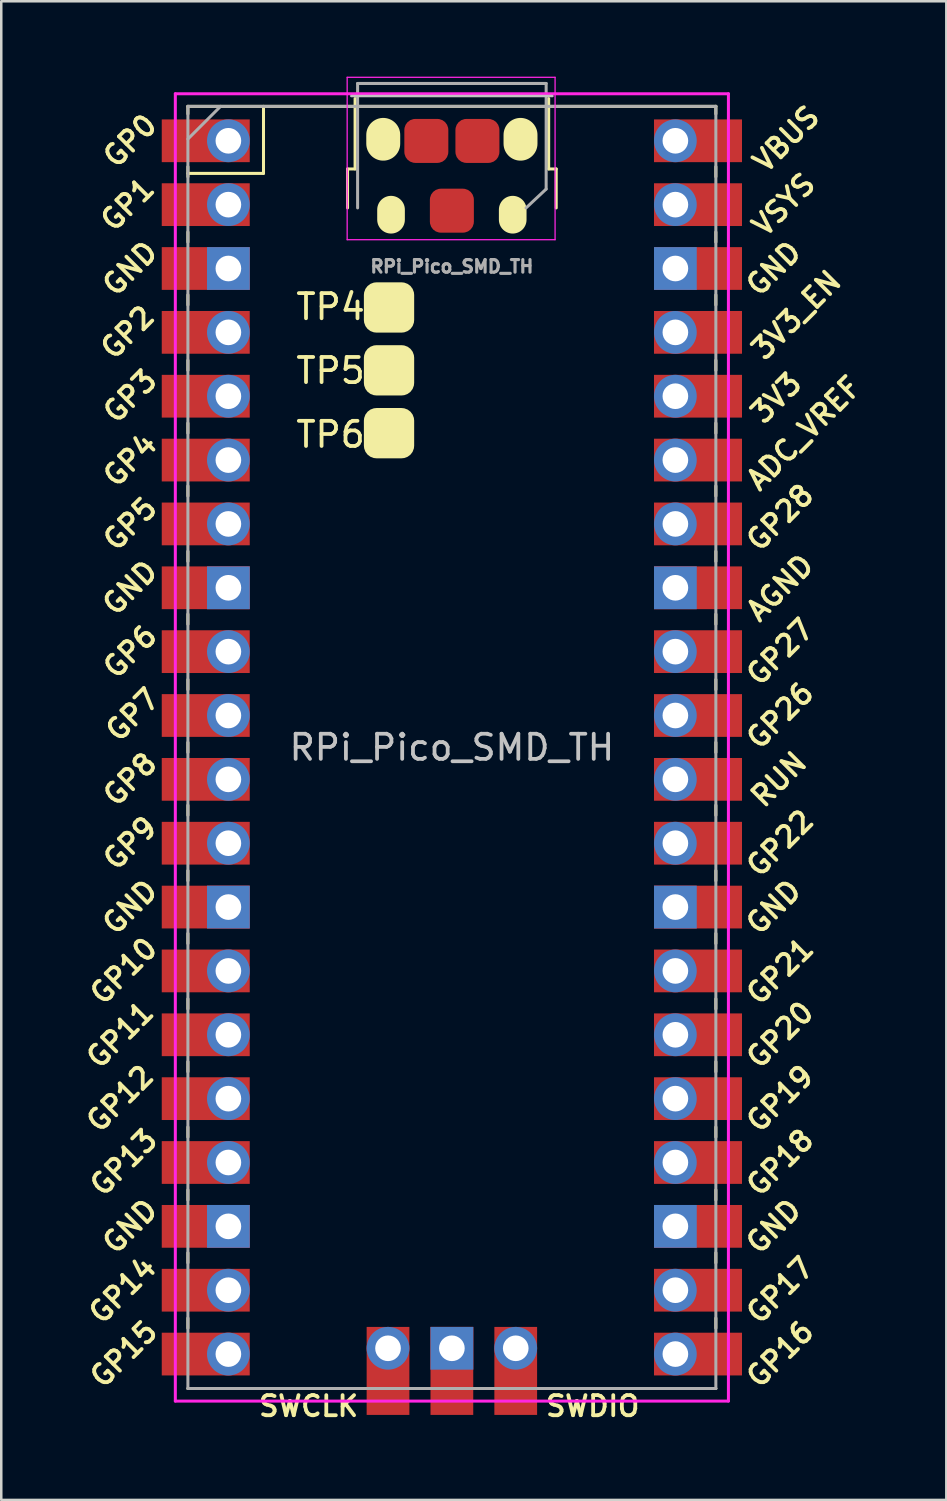
<source format=kicad_pcb>
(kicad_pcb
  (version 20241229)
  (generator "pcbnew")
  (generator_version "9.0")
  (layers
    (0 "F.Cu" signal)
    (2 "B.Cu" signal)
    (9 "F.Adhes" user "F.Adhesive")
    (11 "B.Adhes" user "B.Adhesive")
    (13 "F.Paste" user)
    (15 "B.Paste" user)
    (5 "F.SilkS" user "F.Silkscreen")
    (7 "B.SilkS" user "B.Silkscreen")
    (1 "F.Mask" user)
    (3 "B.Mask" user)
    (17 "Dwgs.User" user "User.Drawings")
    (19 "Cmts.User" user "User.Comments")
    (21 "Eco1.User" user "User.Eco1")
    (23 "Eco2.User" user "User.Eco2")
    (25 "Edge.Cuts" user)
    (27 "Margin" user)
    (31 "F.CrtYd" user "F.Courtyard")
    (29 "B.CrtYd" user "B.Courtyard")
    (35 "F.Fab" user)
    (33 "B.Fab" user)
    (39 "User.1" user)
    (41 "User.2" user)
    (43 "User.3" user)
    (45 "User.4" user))
  (footprint "RPi_Pico_SMD_TH"
    (layer "F.Cu")
    (at 14.924 26.68)
    (property "Reference" "RPi_Pico_SMD_TH" (at 0 0 0) (layer "Dwgs.User") (effects (font (size 1 1) (thickness 0.15))))
    (attr through_hole)
    (fp_line (start -10.5 -25.5) (end -10.5 -25.2) (stroke (width 0.12) (type solid)) (layer "F.SilkS"))
    (fp_line (start -10.5 -25.5) (end 10.5 -25.5) (stroke (width 0.12) (type solid)) (layer "F.SilkS"))
    (fp_line (start -10.5 -23.1) (end -10.5 -22.7) (stroke (width 0.12) (type solid)) (layer "F.SilkS"))
    (fp_line (start -10.5 -22.833) (end -7.493 -22.833) (stroke (width 0.12) (type solid)) (layer "F.SilkS"))
    (fp_line (start -10.5 -20.5) (end -10.5 -20.1) (stroke (width 0.12) (type solid)) (layer "F.SilkS"))
    (fp_line (start -10.5 -18) (end -10.5 -17.6) (stroke (width 0.12) (type solid)) (layer "F.SilkS"))
    (fp_line (start -10.5 -15.4) (end -10.5 -15) (stroke (width 0.12) (type solid)) (layer "F.SilkS"))
    (fp_line (start -10.5 -12.9) (end -10.5 -12.5) (stroke (width 0.12) (type solid)) (layer "F.SilkS"))
    (fp_line (start -10.5 -10.4) (end -10.5 -10) (stroke (width 0.12) (type solid)) (layer "F.SilkS"))
    (fp_line (start -10.5 -7.8) (end -10.5 -7.4) (stroke (width 0.12) (type solid)) (layer "F.SilkS"))
    (fp_line (start -10.5 -5.3) (end -10.5 -4.9) (stroke (width 0.12) (type solid)) (layer "F.SilkS"))
    (fp_line (start -10.5 -2.7) (end -10.5 -2.3) (stroke (width 0.12) (type solid)) (layer "F.SilkS"))
    (fp_line (start -10.5 -0.2) (end -10.5 0.2) (stroke (width 0.12) (type solid)) (layer "F.SilkS"))
    (fp_line (start -10.5 2.3) (end -10.5 2.7) (stroke (width 0.12) (type solid)) (layer "F.SilkS"))
    (fp_line (start -10.5 4.9) (end -10.5 5.3) (stroke (width 0.12) (type solid)) (layer "F.SilkS"))
    (fp_line (start -10.5 7.4) (end -10.5 7.8) (stroke (width 0.12) (type solid)) (layer "F.SilkS"))
    (fp_line (start -10.5 10) (end -10.5 10.4) (stroke (width 0.12) (type solid)) (layer "F.SilkS"))
    (fp_line (start -10.5 12.5) (end -10.5 12.9) (stroke (width 0.12) (type solid)) (layer "F.SilkS"))
    (fp_line (start -10.5 15.1) (end -10.5 15.5) (stroke (width 0.12) (type solid)) (layer "F.SilkS"))
    (fp_line (start -10.5 17.6) (end -10.5 18) (stroke (width 0.12) (type solid)) (layer "F.SilkS"))
    (fp_line (start -10.5 20.1) (end -10.5 20.5) (stroke (width 0.12) (type solid)) (layer "F.SilkS"))
    (fp_line (start -10.5 22.7) (end -10.5 23.1) (stroke (width 0.12) (type solid)) (layer "F.SilkS"))
    (fp_line (start -7.493 -22.833) (end -7.493 -25.5) (stroke (width 0.12) (type solid)) (layer "F.SilkS"))
    (fp_line (start -4.15 -23.01) (end -4.15 -21.46) (stroke (width 0.12) (type solid)) (layer "F.SilkS"))
    (fp_line (start -3.85 -25.81) (end -3.85 -23.01) (stroke (width 0.12) (type solid)) (layer "F.SilkS"))
    (fp_line (start -3.85 -23.01) (end -4.15 -23.01) (stroke (width 0.12) (type solid)) (layer "F.SilkS"))
    (fp_line (start -3.7 25.5) (end -10.5 25.5) (stroke (width 0.12) (type solid)) (layer "F.SilkS"))
    (fp_line (start -1.5 25.5) (end -1.1 25.5) (stroke (width 0.12) (type solid)) (layer "F.SilkS"))
    (fp_line (start 1.1 25.5) (end 1.5 25.5) (stroke (width 0.12) (type solid)) (layer "F.SilkS"))
    (fp_line (start 3.85 -25.81) (end 3.85 -23.01) (stroke (width 0.12) (type solid)) (layer "F.SilkS"))
    (fp_line (start 4.15 -23.01) (end 3.85 -23.01) (stroke (width 0.12) (type solid)) (layer "F.SilkS"))
    (fp_line (start 4.15 -23.01) (end 4.15 -21.46) (stroke (width 0.12) (type solid)) (layer "F.SilkS"))
    (fp_line (start 10.5 -25.5) (end 10.5 -25.2) (stroke (width 0.12) (type solid)) (layer "F.SilkS"))
    (fp_line (start 10.5 -23.1) (end 10.5 -22.7) (stroke (width 0.12) (type solid)) (layer "F.SilkS"))
    (fp_line (start 10.5 -20.5) (end 10.5 -20.1) (stroke (width 0.12) (type solid)) (layer "F.SilkS"))
    (fp_line (start 10.5 -18) (end 10.5 -17.6) (stroke (width 0.12) (type solid)) (layer "F.SilkS"))
    (fp_line (start 10.5 -15.4) (end 10.5 -15) (stroke (width 0.12) (type solid)) (layer "F.SilkS"))
    (fp_line (start 10.5 -12.9) (end 10.5 -12.5) (stroke (width 0.12) (type solid)) (layer "F.SilkS"))
    (fp_line (start 10.5 -10.4) (end 10.5 -10) (stroke (width 0.12) (type solid)) (layer "F.SilkS"))
    (fp_line (start 10.5 -7.8) (end 10.5 -7.4) (stroke (width 0.12) (type solid)) (layer "F.SilkS"))
    (fp_line (start 10.5 -5.3) (end 10.5 -4.9) (stroke (width 0.12) (type solid)) (layer "F.SilkS"))
    (fp_line (start 10.5 -2.7) (end 10.5 -2.3) (stroke (width 0.12) (type solid)) (layer "F.SilkS"))
    (fp_line (start 10.5 -0.2) (end 10.5 0.2) (stroke (width 0.12) (type solid)) (layer "F.SilkS"))
    (fp_line (start 10.5 2.3) (end 10.5 2.7) (stroke (width 0.12) (type solid)) (layer "F.SilkS"))
    (fp_line (start 10.5 4.9) (end 10.5 5.3) (stroke (width 0.12) (type solid)) (layer "F.SilkS"))
    (fp_line (start 10.5 7.4) (end 10.5 7.8) (stroke (width 0.12) (type solid)) (layer "F.SilkS"))
    (fp_line (start 10.5 10) (end 10.5 10.4) (stroke (width 0.12) (type solid)) (layer "F.SilkS"))
    (fp_line (start 10.5 12.5) (end 10.5 12.9) (stroke (width 0.12) (type solid)) (layer "F.SilkS"))
    (fp_line (start 10.5 15.1) (end 10.5 15.5) (stroke (width 0.12) (type solid)) (layer "F.SilkS"))
    (fp_line (start 10.5 17.6) (end 10.5 18) (stroke (width 0.12) (type solid)) (layer "F.SilkS"))
    (fp_line (start 10.5 20.1) (end 10.5 20.5) (stroke (width 0.12) (type solid)) (layer "F.SilkS"))
    (fp_line (start 10.5 22.7) (end 10.5 23.1) (stroke (width 0.12) (type solid)) (layer "F.SilkS"))
    (fp_line (start 10.5 25.5) (end 3.7 25.5) (stroke (width 0.12) (type solid)) (layer "F.SilkS"))
    (fp_line (start 4 -25.91) (end -4 -25.91) (stroke (width 0.1) (type solid)) (layer "Dwgs.User"))
    (fp_line (start -11 -26) (end 11 -26) (stroke (width 0.12) (type solid)) (layer "F.CrtYd"))
    (fp_line (start -11 26) (end -11 -26) (stroke (width 0.12) (type solid)) (layer "F.CrtYd"))
    (fp_line (start -4.165 -26.655) (end -4.165 -20.195) (stroke (width 0.05) (type solid)) (layer "F.CrtYd"))
    (fp_line (start -4.165 -26.655) (end 4.105 -26.655) (stroke (width 0.05) (type solid)) (layer "F.CrtYd"))
    (fp_line (start 4.105 -20.195) (end -4.165 -20.195) (stroke (width 0.05) (type solid)) (layer "F.CrtYd"))
    (fp_line (start 4.105 -20.195) (end 4.105 -26.655) (stroke (width 0.05) (type solid)) (layer "F.CrtYd"))
    (fp_line (start 11 -26) (end 11 26) (stroke (width 0.12) (type solid)) (layer "F.CrtYd"))
    (fp_line (start 11 26) (end -11 26) (stroke (width 0.12) (type solid)) (layer "F.CrtYd"))
    (fp_line (start -10.5 -25.5) (end 10.5 -25.5) (stroke (width 0.12) (type solid)) (layer "F.Fab"))
    (fp_line (start -10.5 -24.2) (end -9.2 -25.5) (stroke (width 0.12) (type solid)) (layer "F.Fab"))
    (fp_line (start -10.5 25.5) (end -10.5 -25.5) (stroke (width 0.12) (type solid)) (layer "F.Fab"))
    (fp_line (start -3.75 -26.41) (end 3.75 -26.41) (stroke (width 0.12) (type solid)) (layer "F.Fab"))
    (fp_line (start -3.75 -21.46) (end -3.75 -26.41) (stroke (width 0.12) (type solid)) (layer "F.Fab"))
    (fp_line (start 3.75 -26.41) (end 3.75 -22.21) (stroke (width 0.12) (type solid)) (layer "F.Fab"))
    (fp_line (start 3.75 -22.21) (end 2.95 -21.46) (stroke (width 0.12) (type solid)) (layer "F.Fab"))
    (fp_line (start 10.5 -25.5) (end 10.5 25.5) (stroke (width 0.12) (type solid)) (layer "F.Fab"))
    (fp_line (start 10.5 25.5) (end -10.5 25.5) (stroke (width 0.12) (type solid)) (layer "F.Fab"))
    (fp_text user "GP2" (at -12.9 -16.51 45) (layer "F.SilkS") (effects (font (size 0.8 0.8) (thickness 0.15))))
    (fp_text user "GND" (at -12.8 -6.35 45) (layer "F.SilkS") (effects (font (size 0.8 0.8) (thickness 0.15))))
    (fp_text user "GND" (at -12.8 -19.05 45) (layer "F.SilkS") (effects (font (size 0.8 0.8) (thickness 0.15))))
    (fp_text user "SWDIO" (at 5.6 26.2 0) (layer "F.SilkS") (effects (font (size 0.8 0.8) (thickness 0.15))))
    (fp_text user "GND" (at 12.8 6.35 45) (layer "F.SilkS") (effects (font (size 0.8 0.8) (thickness 0.15))))
    (fp_text user "GP13" (at -13.054 16.51 45) (layer "F.SilkS") (effects (font (size 0.8 0.8) (thickness 0.15))))
    (fp_text user "GP15" (at -13.054 24.13 45) (layer "F.SilkS") (effects (font (size 0.8 0.8) (thickness 0.15))))
    (fp_text user "GP1" (at -12.9 -21.6 45) (layer "F.SilkS") (effects (font (size 0.8 0.8) (thickness 0.15))))
    (fp_text user "GND" (at -12.8 19.05 45) (layer "F.SilkS") (effects (font (size 0.8 0.8) (thickness 0.15))))
    (fp_text user "GP9" (at -12.8 3.81 45) (layer "F.SilkS") (effects (font (size 0.8 0.8) (thickness 0.15))))
    (fp_text user "GP16" (at 13.054 24.13 45) (layer "F.SilkS") (effects (font (size 0.8 0.8) (thickness 0.15))))
    (fp_text user "RUN" (at 13 1.27 45) (layer "F.SilkS") (effects (font (size 0.8 0.8) (thickness 0.15))))
    (fp_text user "GP28" (at 13.054 -9.144 45) (layer "F.SilkS") (effects (font (size 0.8 0.8) (thickness 0.15))))
    (fp_text user "GP26" (at 13.054 -1.27 45) (layer "F.SilkS") (effects (font (size 0.8 0.8) (thickness 0.15))))
    (fp_text user "TP4" (at -4.826 -17.526 0) (layer "F.SilkS") (effects (font (size 1 1) (thickness 0.15))))
    (fp_text user "SWCLK" (at -5.7 26.2 0) (layer "F.SilkS") (effects (font (size 0.8 0.8) (thickness 0.15))))
    (fp_text user "GP11" (at -13.2 11.43 45) (layer "F.SilkS") (effects (font (size 0.8 0.8) (thickness 0.15))))
    (fp_text user "GP18" (at 13.054 16.51 45) (layer "F.SilkS") (effects (font (size 0.8 0.8) (thickness 0.15))))
    (fp_text user "GP3" (at -12.8 -13.97 45) (layer "F.SilkS") (effects (font (size 0.8 0.8) (thickness 0.15))))
    (fp_text user "GP8" (at -12.8 1.27 45) (layer "F.SilkS") (effects (font (size 0.8 0.8) (thickness 0.15))))
    (fp_text user "GP10" (at -13.054 8.89 45) (layer "F.SilkS") (effects (font (size 0.8 0.8) (thickness 0.15))))
    (fp_text user "TP5" (at -4.826 -14.986 0) (layer "F.SilkS") (effects (font (size 1 1) (thickness 0.15))))
    (fp_text user "GP6" (at -12.8 -3.81 45) (layer "F.SilkS") (effects (font (size 0.8 0.8) (thickness 0.15))))
    (fp_text user "GP5" (at -12.8 -8.89 45) (layer "F.SilkS") (effects (font (size 0.8 0.8) (thickness 0.15))))
    (fp_text user "3V3" (at 12.9 -13.9 45) (layer "F.SilkS") (effects (font (size 0.8 0.8) (thickness 0.15))))
    (fp_text user "AGND" (at 13.054 -6.35 45) (layer "F.SilkS") (effects (font (size 0.8 0.8) (thickness 0.15))))
    (fp_text user "GP7" (at -12.7 -1.3 45) (layer "F.SilkS") (effects (font (size 0.8 0.8) (thickness 0.15))))
    (fp_text user "GP20" (at 13.054 11.43 45) (layer "F.SilkS") (effects (font (size 0.8 0.8) (thickness 0.15))))
    (fp_text user "VSYS" (at 13.2 -21.59 45) (layer "F.SilkS") (effects (font (size 0.8 0.8) (thickness 0.15))))
    (fp_text user "GP4" (at -12.8 -11.43 45) (layer "F.SilkS") (effects (font (size 0.8 0.8) (thickness 0.15))))
    (fp_text user "GP12" (at -13.2 13.97 45) (layer "F.SilkS") (effects (font (size 0.8 0.8) (thickness 0.15))))
    (fp_text user "GP19" (at 13.054 13.97 45) (layer "F.SilkS") (effects (font (size 0.8 0.8) (thickness 0.15))))
    (fp_text user "GND" (at 12.8 -19.05 45) (layer "F.SilkS") (effects (font (size 0.8 0.8) (thickness 0.15))))
    (fp_text user "3V3_EN" (at 13.7 -17.2 45) (layer "F.SilkS") (effects (font (size 0.8 0.8) (thickness 0.15))))
    (fp_text user "GP27" (at 13.054 -3.8 45) (layer "F.SilkS") (effects (font (size 0.8 0.8) (thickness 0.15))))
    (fp_text user "TP6" (at -4.826 -12.446 0) (layer "F.SilkS") (effects (font (size 1 1) (thickness 0.15))))
    (fp_text user "GP0" (at -12.8 -24.13 45) (layer "F.SilkS") (effects (font (size 0.8 0.8) (thickness 0.15))))
    (fp_text user "GP22" (at 13.054 3.81 45) (layer "F.SilkS") (effects (font (size 0.8 0.8) (thickness 0.15))))
    (fp_text user "ADC_VREF" (at 14 -12.5 45) (layer "F.SilkS") (effects (font (size 0.8 0.8) (thickness 0.15))))
    (fp_text user "GND" (at -12.8 6.35 45) (layer "F.SilkS") (effects (font (size 0.8 0.8) (thickness 0.15))))
    (fp_text user "GND" (at 12.8 19.05 45) (layer "F.SilkS") (effects (font (size 0.8 0.8) (thickness 0.15))))
    (fp_text user "GP14" (at -13.1 21.59 45) (layer "F.SilkS") (effects (font (size 0.8 0.8) (thickness 0.15))))
    (fp_text user "GP21" (at 13.054 8.9 45) (layer "F.SilkS") (effects (font (size 0.8 0.8) (thickness 0.15))))
    (fp_text user "VBUS" (at 13.3 -24.2 45) (layer "F.SilkS") (effects (font (size 0.8 0.8) (thickness 0.15))))
    (fp_text user "GP17" (at 13.054 21.59 45) (layer "F.SilkS") (effects (font (size 0.8 0.8) (thickness 0.15))))
    (fp_text user "${REFERENCE}" (at 0 -19.13 180) (layer "F.Fab") (effects (font (size 0.5 0.5) (thickness 0.125))))
    (pad "" smd oval (at -2.73 -24.19 270) (size 1.7 1.35) (layers "F.SilkS"))
    (pad "" smd roundrect (at -2.5 -17.5) (size 2 2) (layers "F.SilkS") (roundrect_rratio 0.25))
    (pad "" connect roundrect (at -2.5 -15) (size 2 2) (layers "F.SilkS") (roundrect_rratio 0.25))
    (pad "" connect roundrect (at -2.5 -12.5) (size 2 2) (layers "F.SilkS") (roundrect_rratio 0.25))
    (pad "" smd oval (at -2.42 -21.19 270) (size 1.5 1.1) (layers "F.SilkS"))
    (pad "" smd oval (at 2.42 -21.19 270) (size 1.5 1.1) (layers "F.SilkS"))
    (pad "" smd oval (at 2.73 -24.19 270) (size 1.7 1.35) (layers "F.SilkS"))
    (pad "1" thru_hole oval (at -8.89 -24.13) (size 1.7 1.7) (drill 1.02) (layers "*.Cu" "*.Mask"))
    (pad "1" smd rect (at -8.89 -24.13) (size 3.5 1.7) (drill (offset -0.9 0)) (layers "F.Cu" "F.Mask"))
    (pad "2" thru_hole oval (at -8.89 -21.59) (size 1.7 1.7) (drill 1.02) (layers "*.Cu" "*.Mask"))
    (pad "2" smd rect (at -8.89 -21.59) (size 3.5 1.7) (drill (offset -0.9 0)) (layers "F.Cu" "F.Mask"))
    (pad "3" thru_hole rect (at -8.89 -19.05) (size 1.7 1.7) (drill 1.02) (layers "*.Cu" "*.Mask"))
    (pad "3" smd rect (at -8.89 -19.05) (size 3.5 1.7) (drill (offset -0.9 0)) (layers "F.Cu" "F.Mask"))
    (pad "4" thru_hole oval (at -8.89 -16.51) (size 1.7 1.7) (drill 1.02) (layers "*.Cu" "*.Mask"))
    (pad "4" smd rect (at -8.89 -16.51) (size 3.5 1.7) (drill (offset -0.9 0)) (layers "F.Cu" "F.Mask"))
    (pad "5" thru_hole oval (at -8.89 -13.97) (size 1.7 1.7) (drill 1.02) (layers "*.Cu" "*.Mask"))
    (pad "5" smd rect (at -8.89 -13.97) (size 3.5 1.7) (drill (offset -0.9 0)) (layers "F.Cu" "F.Mask"))
    (pad "6" thru_hole oval (at -8.89 -11.43) (size 1.7 1.7) (drill 1.02) (layers "*.Cu" "*.Mask"))
    (pad "6" smd rect (at -8.89 -11.43) (size 3.5 1.7) (drill (offset -0.9 0)) (layers "F.Cu" "F.Mask"))
    (pad "7" thru_hole oval (at -8.89 -8.89) (size 1.7 1.7) (drill 1.02) (layers "*.Cu" "*.Mask"))
    (pad "7" smd rect (at -8.89 -8.89) (size 3.5 1.7) (drill (offset -0.9 0)) (layers "F.Cu" "F.Mask"))
    (pad "8" thru_hole rect (at -8.89 -6.35) (size 1.7 1.7) (drill 1.02) (layers "*.Cu" "*.Mask"))
    (pad "8" smd rect (at -8.89 -6.35) (size 3.5 1.7) (drill (offset -0.9 0)) (layers "F.Cu" "F.Mask"))
    (pad "9" thru_hole oval (at -8.89 -3.81) (size 1.7 1.7) (drill 1.02) (layers "*.Cu" "*.Mask"))
    (pad "9" smd rect (at -8.89 -3.81) (size 3.5 1.7) (drill (offset -0.9 0)) (layers "F.Cu" "F.Mask"))
    (pad "10" thru_hole oval (at -8.89 -1.27) (size 1.7 1.7) (drill 1.02) (layers "*.Cu" "*.Mask"))
    (pad "10" smd rect (at -8.89 -1.27) (size 3.5 1.7) (drill (offset -0.9 0)) (layers "F.Cu" "F.Mask"))
    (pad "11" thru_hole oval (at -8.89 1.27) (size 1.7 1.7) (drill 1.02) (layers "*.Cu" "*.Mask"))
    (pad "11" smd rect (at -8.89 1.27) (size 3.5 1.7) (drill (offset -0.9 0)) (layers "F.Cu" "F.Mask"))
    (pad "12" thru_hole oval (at -8.89 3.81) (size 1.7 1.7) (drill 1.02) (layers "*.Cu" "*.Mask"))
    (pad "12" smd rect (at -8.89 3.81) (size 3.5 1.7) (drill (offset -0.9 0)) (layers "F.Cu" "F.Mask"))
    (pad "13" thru_hole rect (at -8.89 6.35) (size 1.7 1.7) (drill 1.02) (layers "*.Cu" "*.Mask"))
    (pad "13" smd rect (at -8.89 6.35) (size 3.5 1.7) (drill (offset -0.9 0)) (layers "F.Cu" "F.Mask"))
    (pad "14" thru_hole oval (at -8.89 8.89) (size 1.7 1.7) (drill 1.02) (layers "*.Cu" "*.Mask"))
    (pad "14" smd rect (at -8.89 8.89) (size 3.5 1.7) (drill (offset -0.9 0)) (layers "F.Cu" "F.Mask"))
    (pad "15" thru_hole oval (at -8.89 11.43) (size 1.7 1.7) (drill 1.02) (layers "*.Cu" "*.Mask"))
    (pad "15" smd rect (at -8.89 11.43) (size 3.5 1.7) (drill (offset -0.9 0)) (layers "F.Cu" "F.Mask"))
    (pad "16" thru_hole oval (at -8.89 13.97) (size 1.7 1.7) (drill 1.02) (layers "*.Cu" "*.Mask"))
    (pad "16" smd rect (at -8.89 13.97) (size 3.5 1.7) (drill (offset -0.9 0)) (layers "F.Cu" "F.Mask"))
    (pad "17" thru_hole oval (at -8.89 16.51) (size 1.7 1.7) (drill 1.02) (layers "*.Cu" "*.Mask"))
    (pad "17" smd rect (at -8.89 16.51) (size 3.5 1.7) (drill (offset -0.9 0)) (layers "F.Cu" "F.Mask"))
    (pad "18" thru_hole rect (at -8.89 19.05) (size 1.7 1.7) (drill 1.02) (layers "*.Cu" "*.Mask"))
    (pad "18" smd rect (at -8.89 19.05) (size 3.5 1.7) (drill (offset -0.9 0)) (layers "F.Cu" "F.Mask"))
    (pad "19" thru_hole oval (at -8.89 21.59) (size 1.7 1.7) (drill 1.02) (layers "*.Cu" "*.Mask"))
    (pad "19" smd rect (at -8.89 21.59) (size 3.5 1.7) (drill (offset -0.9 0)) (layers "F.Cu" "F.Mask"))
    (pad "20" thru_hole oval (at -8.89 24.13) (size 1.7 1.7) (drill 1.02) (layers "*.Cu" "*.Mask"))
    (pad "20" smd rect (at -8.89 24.13) (size 3.5 1.7) (drill (offset -0.9 0)) (layers "F.Cu" "F.Mask"))
    (pad "21" thru_hole oval (at 8.89 24.13) (size 1.7 1.7) (drill 1.02) (layers "*.Cu" "*.Mask"))
    (pad "21" smd rect (at 8.89 24.13) (size 3.5 1.7) (drill (offset 0.9 0)) (layers "F.Cu" "F.Mask"))
    (pad "22" thru_hole oval (at 8.89 21.59) (size 1.7 1.7) (drill 1.02) (layers "*.Cu" "*.Mask"))
    (pad "22" smd rect (at 8.89 21.59) (size 3.5 1.7) (drill (offset 0.9 0)) (layers "F.Cu" "F.Mask"))
    (pad "23" thru_hole rect (at 8.89 19.05) (size 1.7 1.7) (drill 1.02) (layers "*.Cu" "*.Mask"))
    (pad "23" smd rect (at 8.89 19.05) (size 3.5 1.7) (drill (offset 0.9 0)) (layers "F.Cu" "F.Mask"))
    (pad "24" thru_hole oval (at 8.89 16.51) (size 1.7 1.7) (drill 1.02) (layers "*.Cu" "*.Mask"))
    (pad "24" smd rect (at 8.89 16.51) (size 3.5 1.7) (drill (offset 0.9 0)) (layers "F.Cu" "F.Mask"))
    (pad "25" thru_hole oval (at 8.89 13.97) (size 1.7 1.7) (drill 1.02) (layers "*.Cu" "*.Mask"))
    (pad "25" smd rect (at 8.89 13.97) (size 3.5 1.7) (drill (offset 0.9 0)) (layers "F.Cu" "F.Mask"))
    (pad "26" thru_hole oval (at 8.89 11.43) (size 1.7 1.7) (drill 1.02) (layers "*.Cu" "*.Mask"))
    (pad "26" smd rect (at 8.89 11.43) (size 3.5 1.7) (drill (offset 0.9 0)) (layers "F.Cu" "F.Mask"))
    (pad "27" thru_hole oval (at 8.89 8.89) (size 1.7 1.7) (drill 1.02) (layers "*.Cu" "*.Mask"))
    (pad "27" smd rect (at 8.89 8.89) (size 3.5 1.7) (drill (offset 0.9 0)) (layers "F.Cu" "F.Mask"))
    (pad "28" thru_hole rect (at 8.89 6.35) (size 1.7 1.7) (drill 1.02) (layers "*.Cu" "*.Mask"))
    (pad "28" smd rect (at 8.89 6.35) (size 3.5 1.7) (drill (offset 0.9 0)) (layers "F.Cu" "F.Mask"))
    (pad "29" thru_hole oval (at 8.89 3.81) (size 1.7 1.7) (drill 1.02) (layers "*.Cu" "*.Mask"))
    (pad "29" smd rect (at 8.89 3.81) (size 3.5 1.7) (drill (offset 0.9 0)) (layers "F.Cu" "F.Mask"))
    (pad "30" thru_hole oval (at 8.89 1.27) (size 1.7 1.7) (drill 1.02) (layers "*.Cu" "*.Mask"))
    (pad "30" smd rect (at 8.89 1.27) (size 3.5 1.7) (drill (offset 0.9 0)) (layers "F.Cu" "F.Mask"))
    (pad "31" thru_hole oval (at 8.89 -1.27) (size 1.7 1.7) (drill 1.02) (layers "*.Cu" "*.Mask"))
    (pad "31" smd rect (at 8.89 -1.27) (size 3.5 1.7) (drill (offset 0.9 0)) (layers "F.Cu" "F.Mask"))
    (pad "32" thru_hole oval (at 8.89 -3.81) (size 1.7 1.7) (drill 1.02) (layers "*.Cu" "*.Mask"))
    (pad "32" smd rect (at 8.89 -3.81) (size 3.5 1.7) (drill (offset 0.9 0)) (layers "F.Cu" "F.Mask"))
    (pad "33" thru_hole rect (at 8.89 -6.35) (size 1.7 1.7) (drill 1.02) (layers "*.Cu" "*.Mask"))
    (pad "33" smd rect (at 8.89 -6.35) (size 3.5 1.7) (drill (offset 0.9 0)) (layers "F.Cu" "F.Mask"))
    (pad "34" thru_hole oval (at 8.89 -8.89) (size 1.7 1.7) (drill 1.02) (layers "*.Cu" "*.Mask"))
    (pad "34" smd rect (at 8.89 -8.89) (size 3.5 1.7) (drill (offset 0.9 0)) (layers "F.Cu" "F.Mask"))
    (pad "35" thru_hole oval (at 8.89 -11.43) (size 1.7 1.7) (drill 1.02) (layers "*.Cu" "*.Mask"))
    (pad "35" smd rect (at 8.89 -11.43) (size 3.5 1.7) (drill (offset 0.9 0)) (layers "F.Cu" "F.Mask"))
    (pad "36" thru_hole oval (at 8.89 -13.97) (size 1.7 1.7) (drill 1.02) (layers "*.Cu" "*.Mask"))
    (pad "36" smd rect (at 8.89 -13.97) (size 3.5 1.7) (drill (offset 0.9 0)) (layers "F.Cu" "F.Mask"))
    (pad "37" thru_hole oval (at 8.89 -16.51) (size 1.7 1.7) (drill 1.02) (layers "*.Cu" "*.Mask"))
    (pad "37" smd rect (at 8.89 -16.51) (size 3.5 1.7) (drill (offset 0.9 0)) (layers "F.Cu" "F.Mask"))
    (pad "38" thru_hole rect (at 8.89 -19.05) (size 1.7 1.7) (drill 1.02) (layers "*.Cu" "*.Mask"))
    (pad "38" smd rect (at 8.89 -19.05) (size 3.5 1.7) (drill (offset 0.9 0)) (layers "F.Cu" "F.Mask"))
    (pad "39" thru_hole oval (at 8.89 -21.59) (size 1.7 1.7) (drill 1.02) (layers "*.Cu" "*.Mask"))
    (pad "39" smd rect (at 8.89 -21.59) (size 3.5 1.7) (drill (offset 0.9 0)) (layers "F.Cu" "F.Mask"))
    (pad "40" thru_hole oval (at 8.89 -24.13) (size 1.7 1.7) (drill 1.02) (layers "*.Cu" "*.Mask"))
    (pad "40" smd rect (at 8.89 -24.13) (size 3.5 1.7) (drill (offset 0.9 0)) (layers "F.Cu" "F.Mask"))
    (pad "41" thru_hole oval (at -2.54 23.9) (size 1.7 1.7) (drill 1.02) (layers "*.Cu" "*.Mask"))
    (pad "41" smd rect (at -2.54 23.9 90) (size 3.5 1.7) (drill (offset -0.9 0)) (layers "F.Cu" "F.Mask"))
    (pad "42" thru_hole rect (at 0 23.9) (size 1.7 1.7) (drill 1.02) (layers "*.Cu" "*.Mask"))
    (pad "42" smd rect (at 0 23.9 90) (size 3.5 1.7) (drill (offset -0.9 0)) (layers "F.Cu" "F.Mask"))
    (pad "43" thru_hole oval (at 2.54 23.9) (size 1.7 1.7) (drill 1.02) (layers "*.Cu" "*.Mask"))
    (pad "43" smd rect (at 2.54 23.9 90) (size 3.5 1.7) (drill (offset -0.9 0)) (layers "F.Cu" "F.Mask"))
    (pad "TP1" connect roundrect (at 0 -21.35) (size 1.75 1.75) (layers "F.Cu" "F.Mask") (roundrect_rratio 0.25))
    (pad "TP2" connect roundrect (at 1.016 -24.125) (size 1.75 1.75) (layers "F.Cu" "F.Mask") (roundrect_rratio 0.25))
    (pad "TP3" connect roundrect (at -1.016 -24.125) (size 1.75 1.75) (layers "F.Cu" "F.Mask") (roundrect_rratio 0.25)))
  (gr_rect
    (start -3 -3)
    (end 34.591 56.611)
    (stroke (width 0.1) (type default))
    (fill no)
    (layer "Edge.Cuts")))
</source>
